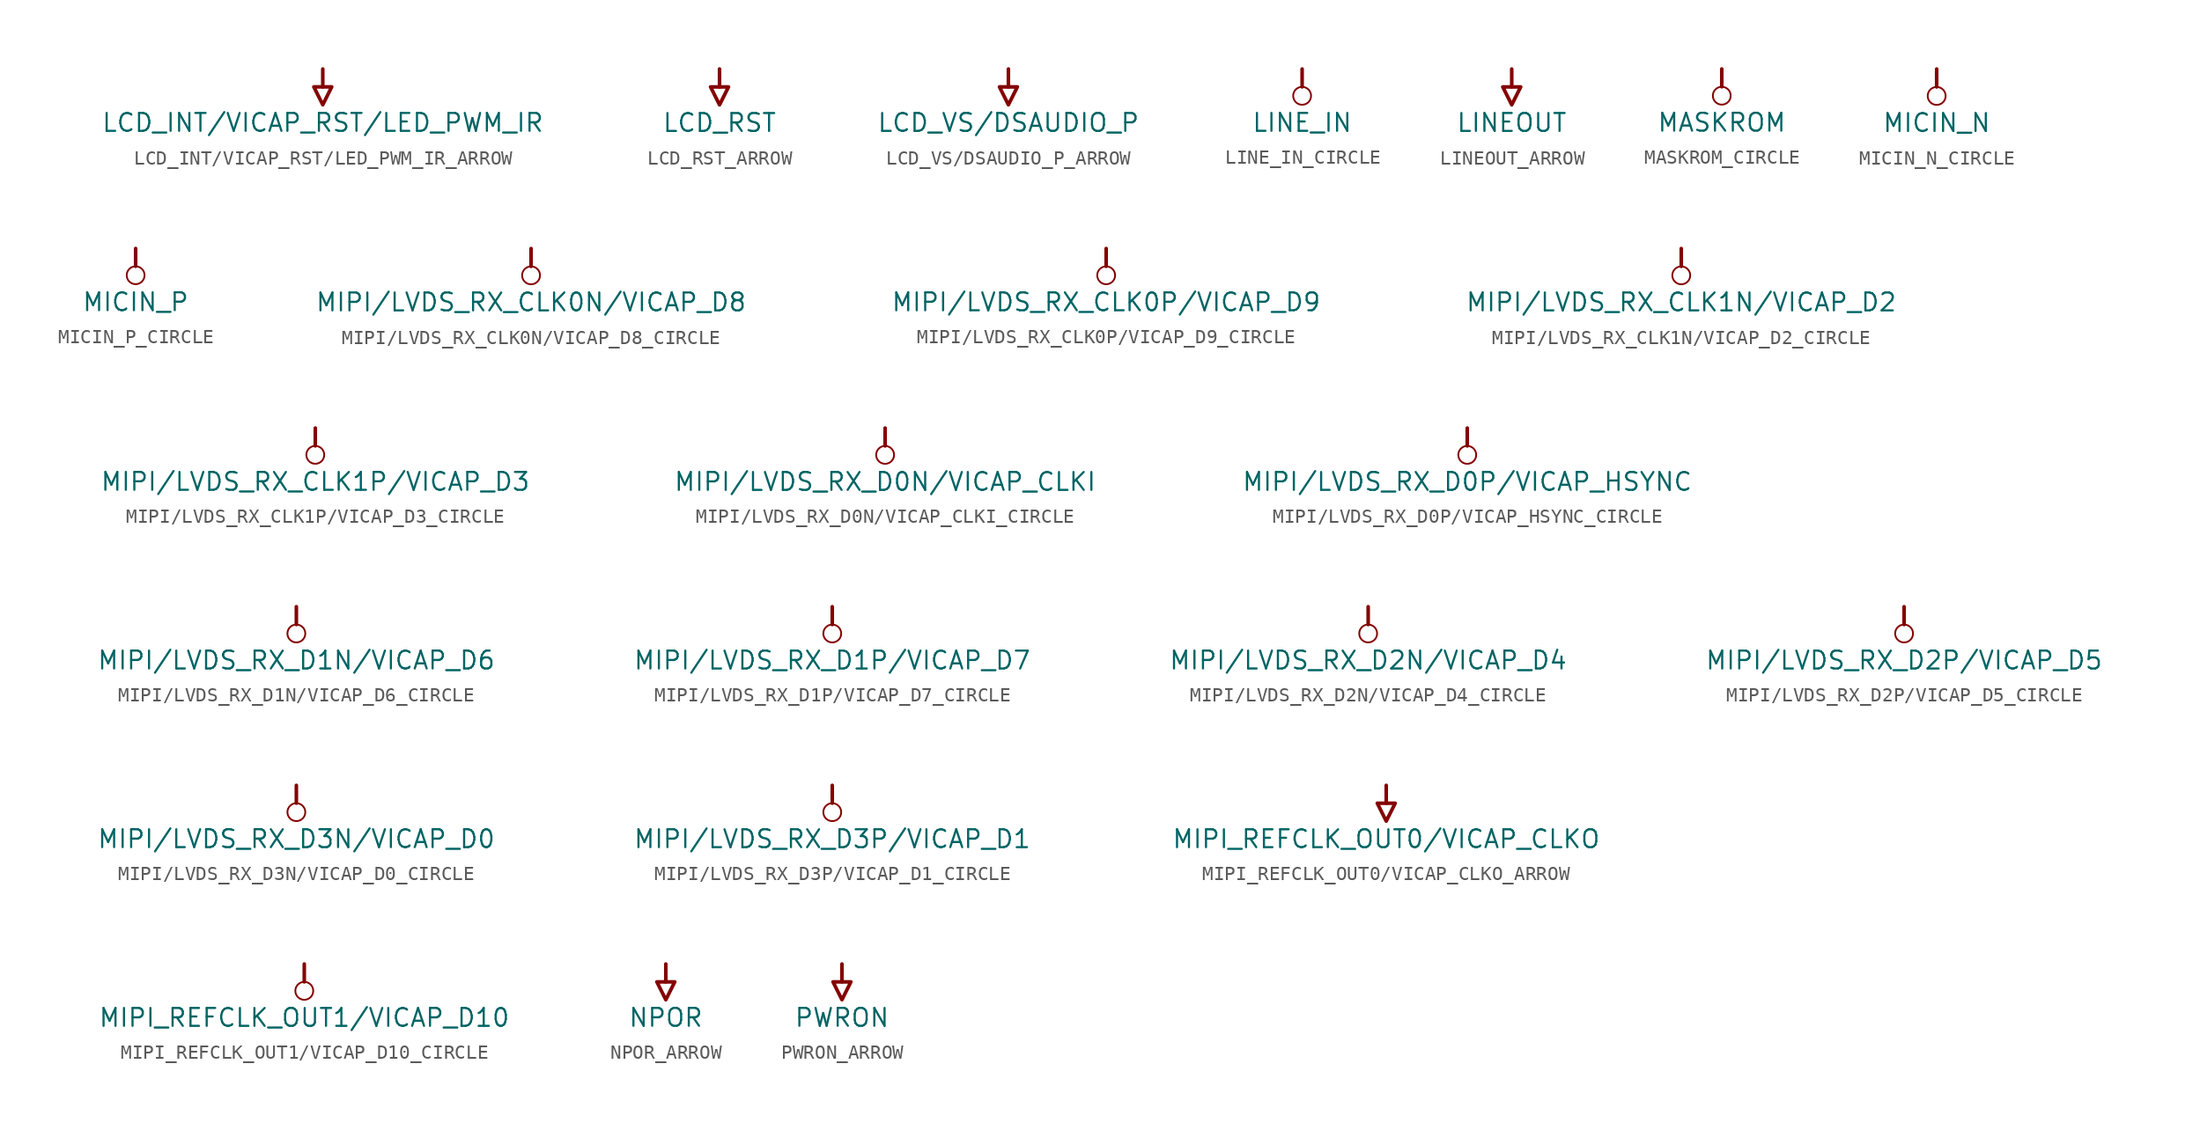
<source format=kicad_sym>
(kicad_symbol_lib
  (version 20241209)
  (generator "kicad_symbol_editor")
  (generator_version "9.0")
  (symbol "LCD_INT/VICAP_RST/LED_PWM_IR_ARROW"
    (power)
    (property "Reference" "#PWR"
      (at 0 0 0)
      (effects (font (size 1.27 1.27)) (hide yes)))
    (property "Value" "LCD_INT/VICAP_RST/LED_PWM_IR"
      (at 0 -3.81 0)
      (effects (font (size 1.27 1.27))))
    (symbol "LCD_INT/VICAP_RST/LED_PWM_IR_ARROW_0_0"
      (polyline (pts (xy -0.635 -1.27) (xy 0.635 -1.27) (xy 0 -2.54) (xy -0.635 -1.27)) (stroke (width 0.254) (type solid)) (fill (type none)))
      (polyline (pts (xy 0 0) (xy 0 -1.27)) (stroke (width 0.254) (type solid)) (fill (type none)))
      (pin power_in line (at 0 0 0) (length 0) (hide yes) (name "LCD_INT/VICAP_RST/LED_PWM_IR" (effects (font (size 1.27 1.27)))) (number "" (effects (font (size 1.27 1.27)))))))
  (symbol "LCD_RST_ARROW"
    (power)
    (property "Reference" "#PWR"
      (at 0 0 0)
      (effects (font (size 1.27 1.27)) (hide yes)))
    (property "Value" "LCD_RST"
      (at 0 -3.81 0)
      (effects (font (size 1.27 1.27))))
    (symbol "LCD_RST_ARROW_0_0"
      (polyline (pts (xy -0.635 -1.27) (xy 0.635 -1.27) (xy 0 -2.54) (xy -0.635 -1.27)) (stroke (width 0.254) (type solid)) (fill (type none)))
      (polyline (pts (xy 0 0) (xy 0 -1.27)) (stroke (width 0.254) (type solid)) (fill (type none)))
      (pin power_in line (at 0 0 0) (length 0) (hide yes) (name "LCD_RST" (effects (font (size 1.27 1.27)))) (number "" (effects (font (size 1.27 1.27)))))))
  (symbol "LCD_VS/DSAUDIO_P_ARROW"
    (power)
    (property "Reference" "#PWR"
      (at 0 0 0)
      (effects (font (size 1.27 1.27)) (hide yes)))
    (property "Value" "LCD_VS/DSAUDIO_P"
      (at 0 -3.81 0)
      (effects (font (size 1.27 1.27))))
    (symbol "LCD_VS/DSAUDIO_P_ARROW_0_0"
      (polyline (pts (xy -0.635 -1.27) (xy 0.635 -1.27) (xy 0 -2.54) (xy -0.635 -1.27)) (stroke (width 0.254) (type solid)) (fill (type none)))
      (polyline (pts (xy 0 0) (xy 0 -1.27)) (stroke (width 0.254) (type solid)) (fill (type none)))
      (pin power_in line (at 0 0 0) (length 0) (hide yes) (name "LCD_VS/DSAUDIO_P" (effects (font (size 1.27 1.27)))) (number "" (effects (font (size 1.27 1.27)))))))
  (symbol "LINE_IN_CIRCLE"
    (power)
    (property "Reference" "#PWR"
      (at 0 0 0)
      (effects (font (size 1.27 1.27)) (hide yes)))
    (property "Value" "LINE_IN"
      (at 0 -3.81 0)
      (effects (font (size 1.27 1.27))))
    (symbol "LINE_IN_CIRCLE_0_0"
      (polyline (pts (xy 0 0) (xy 0 -1.27)) (stroke (width 0.254) (type solid)) (fill (type none)))
      (circle (center 0 -1.905) (radius 0.635) (stroke (width 0.127) (type solid)) (fill (type none)))
      (pin power_in line (at 0 0 0) (length 0) (hide yes) (name "LINE_IN" (effects (font (size 1.27 1.27)))) (number "" (effects (font (size 1.27 1.27)))))))
  (symbol "LINEOUT_ARROW"
    (power)
    (property "Reference" "#PWR"
      (at 0 0 0)
      (effects (font (size 1.27 1.27)) (hide yes)))
    (property "Value" "LINEOUT"
      (at 0 -3.81 0)
      (effects (font (size 1.27 1.27))))
    (symbol "LINEOUT_ARROW_0_0"
      (polyline (pts (xy -0.635 -1.27) (xy 0.635 -1.27) (xy 0 -2.54) (xy -0.635 -1.27)) (stroke (width 0.254) (type solid)) (fill (type none)))
      (polyline (pts (xy 0 0) (xy 0 -1.27)) (stroke (width 0.254) (type solid)) (fill (type none)))
      (pin power_in line (at 0 0 0) (length 0) (hide yes) (name "LINEOUT" (effects (font (size 1.27 1.27)))) (number "" (effects (font (size 1.27 1.27)))))))
  (symbol "MASKROM_CIRCLE"
    (power)
    (property "Reference" "#PWR"
      (at 0 0 0)
      (effects (font (size 1.27 1.27)) (hide yes)))
    (property "Value" "MASKROM"
      (at 0 -3.81 0)
      (effects (font (size 1.27 1.27))))
    (symbol "MASKROM_CIRCLE_0_0"
      (polyline (pts (xy 0 0) (xy 0 -1.27)) (stroke (width 0.254) (type solid)) (fill (type none)))
      (circle (center 0 -1.905) (radius 0.635) (stroke (width 0.127) (type solid)) (fill (type none)))
      (pin power_in line (at 0 0 0) (length 0) (hide yes) (name "MASKROM" (effects (font (size 1.27 1.27)))) (number "" (effects (font (size 1.27 1.27)))))))
  (symbol "MICIN_N_CIRCLE"
    (power)
    (property "Reference" "#PWR"
      (at 0 0 0)
      (effects (font (size 1.27 1.27)) (hide yes)))
    (property "Value" "MICIN_N"
      (at 0 -3.81 0)
      (effects (font (size 1.27 1.27))))
    (symbol "MICIN_N_CIRCLE_0_0"
      (polyline (pts (xy 0 0) (xy 0 -1.27)) (stroke (width 0.254) (type solid)) (fill (type none)))
      (circle (center 0 -1.905) (radius 0.635) (stroke (width 0.127) (type solid)) (fill (type none)))
      (pin power_in line (at 0 0 0) (length 0) (hide yes) (name "MICIN_N" (effects (font (size 1.27 1.27)))) (number "" (effects (font (size 1.27 1.27)))))))
  (symbol "MICIN_P_CIRCLE"
    (power)
    (property "Reference" "#PWR"
      (at 0 0 0)
      (effects (font (size 1.27 1.27)) (hide yes)))
    (property "Value" "MICIN_P"
      (at 0 -3.81 0)
      (effects (font (size 1.27 1.27))))
    (symbol "MICIN_P_CIRCLE_0_0"
      (polyline (pts (xy 0 0) (xy 0 -1.27)) (stroke (width 0.254) (type solid)) (fill (type none)))
      (circle (center 0 -1.905) (radius 0.635) (stroke (width 0.127) (type solid)) (fill (type none)))
      (pin power_in line (at 0 0 0) (length 0) (hide yes) (name "MICIN_P" (effects (font (size 1.27 1.27)))) (number "" (effects (font (size 1.27 1.27)))))))
  (symbol "MIPI/LVDS_RX_CLK0N/VICAP_D8_CIRCLE"
    (power)
    (property "Reference" "#PWR"
      (at 0 0 0)
      (effects (font (size 1.27 1.27)) (hide yes)))
    (property "Value" "MIPI/LVDS_RX_CLK0N/VICAP_D8"
      (at 0 -3.81 0)
      (effects (font (size 1.27 1.27))))
    (symbol "MIPI/LVDS_RX_CLK0N/VICAP_D8_CIRCLE_0_0"
      (polyline (pts (xy 0 0) (xy 0 -1.27)) (stroke (width 0.254) (type solid)) (fill (type none)))
      (circle (center 0 -1.905) (radius 0.635) (stroke (width 0.127) (type solid)) (fill (type none)))
      (pin power_in line (at 0 0 0) (length 0) (hide yes) (name "MIPI/LVDS_RX_CLK0N/VICAP_D8" (effects (font (size 1.27 1.27)))) (number "" (effects (font (size 1.27 1.27)))))))
  (symbol "MIPI/LVDS_RX_CLK0P/VICAP_D9_CIRCLE"
    (power)
    (property "Reference" "#PWR"
      (at 0 0 0)
      (effects (font (size 1.27 1.27)) (hide yes)))
    (property "Value" "MIPI/LVDS_RX_CLK0P/VICAP_D9"
      (at 0 -3.81 0)
      (effects (font (size 1.27 1.27))))
    (symbol "MIPI/LVDS_RX_CLK0P/VICAP_D9_CIRCLE_0_0"
      (polyline (pts (xy 0 0) (xy 0 -1.27)) (stroke (width 0.254) (type solid)) (fill (type none)))
      (circle (center 0 -1.905) (radius 0.635) (stroke (width 0.127) (type solid)) (fill (type none)))
      (pin power_in line (at 0 0 0) (length 0) (hide yes) (name "MIPI/LVDS_RX_CLK0P/VICAP_D9" (effects (font (size 1.27 1.27)))) (number "" (effects (font (size 1.27 1.27)))))))
  (symbol "MIPI/LVDS_RX_CLK1N/VICAP_D2_CIRCLE"
    (power)
    (property "Reference" "#PWR"
      (at 0 0 0)
      (effects (font (size 1.27 1.27)) (hide yes)))
    (property "Value" "MIPI/LVDS_RX_CLK1N/VICAP_D2"
      (at 0 -3.81 0)
      (effects (font (size 1.27 1.27))))
    (symbol "MIPI/LVDS_RX_CLK1N/VICAP_D2_CIRCLE_0_0"
      (polyline (pts (xy 0 0) (xy 0 -1.27)) (stroke (width 0.254) (type solid)) (fill (type none)))
      (circle (center 0 -1.905) (radius 0.635) (stroke (width 0.127) (type solid)) (fill (type none)))
      (pin power_in line (at 0 0 0) (length 0) (hide yes) (name "MIPI/LVDS_RX_CLK1N/VICAP_D2" (effects (font (size 1.27 1.27)))) (number "" (effects (font (size 1.27 1.27)))))))
  (symbol "MIPI/LVDS_RX_CLK1P/VICAP_D3_CIRCLE"
    (power)
    (property "Reference" "#PWR"
      (at 0 0 0)
      (effects (font (size 1.27 1.27)) (hide yes)))
    (property "Value" "MIPI/LVDS_RX_CLK1P/VICAP_D3"
      (at 0 -3.81 0)
      (effects (font (size 1.27 1.27))))
    (symbol "MIPI/LVDS_RX_CLK1P/VICAP_D3_CIRCLE_0_0"
      (polyline (pts (xy 0 0) (xy 0 -1.27)) (stroke (width 0.254) (type solid)) (fill (type none)))
      (circle (center 0 -1.905) (radius 0.635) (stroke (width 0.127) (type solid)) (fill (type none)))
      (pin power_in line (at 0 0 0) (length 0) (hide yes) (name "MIPI/LVDS_RX_CLK1P/VICAP_D3" (effects (font (size 1.27 1.27)))) (number "" (effects (font (size 1.27 1.27)))))))
  (symbol "MIPI/LVDS_RX_D0N/VICAP_CLKI_CIRCLE"
    (power)
    (property "Reference" "#PWR"
      (at 0 0 0)
      (effects (font (size 1.27 1.27)) (hide yes)))
    (property "Value" "MIPI/LVDS_RX_D0N/VICAP_CLKI"
      (at 0 -3.81 0)
      (effects (font (size 1.27 1.27))))
    (symbol "MIPI/LVDS_RX_D0N/VICAP_CLKI_CIRCLE_0_0"
      (polyline (pts (xy 0 0) (xy 0 -1.27)) (stroke (width 0.254) (type solid)) (fill (type none)))
      (circle (center 0 -1.905) (radius 0.635) (stroke (width 0.127) (type solid)) (fill (type none)))
      (pin power_in line (at 0 0 0) (length 0) (hide yes) (name "MIPI/LVDS_RX_D0N/VICAP_CLKI" (effects (font (size 1.27 1.27)))) (number "" (effects (font (size 1.27 1.27)))))))
  (symbol "MIPI/LVDS_RX_D0P/VICAP_HSYNC_CIRCLE"
    (power)
    (property "Reference" "#PWR"
      (at 0 0 0)
      (effects (font (size 1.27 1.27)) (hide yes)))
    (property "Value" "MIPI/LVDS_RX_D0P/VICAP_HSYNC"
      (at 0 -3.81 0)
      (effects (font (size 1.27 1.27))))
    (symbol "MIPI/LVDS_RX_D0P/VICAP_HSYNC_CIRCLE_0_0"
      (polyline (pts (xy 0 0) (xy 0 -1.27)) (stroke (width 0.254) (type solid)) (fill (type none)))
      (circle (center 0 -1.905) (radius 0.635) (stroke (width 0.127) (type solid)) (fill (type none)))
      (pin power_in line (at 0 0 0) (length 0) (hide yes) (name "MIPI/LVDS_RX_D0P/VICAP_HSYNC" (effects (font (size 1.27 1.27)))) (number "" (effects (font (size 1.27 1.27)))))))
  (symbol "MIPI/LVDS_RX_D1N/VICAP_D6_CIRCLE"
    (power)
    (property "Reference" "#PWR"
      (at 0 0 0)
      (effects (font (size 1.27 1.27)) (hide yes)))
    (property "Value" "MIPI/LVDS_RX_D1N/VICAP_D6"
      (at 0 -3.81 0)
      (effects (font (size 1.27 1.27))))
    (symbol "MIPI/LVDS_RX_D1N/VICAP_D6_CIRCLE_0_0"
      (polyline (pts (xy 0 0) (xy 0 -1.27)) (stroke (width 0.254) (type solid)) (fill (type none)))
      (circle (center 0 -1.905) (radius 0.635) (stroke (width 0.127) (type solid)) (fill (type none)))
      (pin power_in line (at 0 0 0) (length 0) (hide yes) (name "MIPI/LVDS_RX_D1N/VICAP_D6" (effects (font (size 1.27 1.27)))) (number "" (effects (font (size 1.27 1.27)))))))
  (symbol "MIPI/LVDS_RX_D1P/VICAP_D7_CIRCLE"
    (power)
    (property "Reference" "#PWR"
      (at 0 0 0)
      (effects (font (size 1.27 1.27)) (hide yes)))
    (property "Value" "MIPI/LVDS_RX_D1P/VICAP_D7"
      (at 0 -3.81 0)
      (effects (font (size 1.27 1.27))))
    (symbol "MIPI/LVDS_RX_D1P/VICAP_D7_CIRCLE_0_0"
      (polyline (pts (xy 0 0) (xy 0 -1.27)) (stroke (width 0.254) (type solid)) (fill (type none)))
      (circle (center 0 -1.905) (radius 0.635) (stroke (width 0.127) (type solid)) (fill (type none)))
      (pin power_in line (at 0 0 0) (length 0) (hide yes) (name "MIPI/LVDS_RX_D1P/VICAP_D7" (effects (font (size 1.27 1.27)))) (number "" (effects (font (size 1.27 1.27)))))))
  (symbol "MIPI/LVDS_RX_D2N/VICAP_D4_CIRCLE"
    (power)
    (property "Reference" "#PWR"
      (at 0 0 0)
      (effects (font (size 1.27 1.27)) (hide yes)))
    (property "Value" "MIPI/LVDS_RX_D2N/VICAP_D4"
      (at 0 -3.81 0)
      (effects (font (size 1.27 1.27))))
    (symbol "MIPI/LVDS_RX_D2N/VICAP_D4_CIRCLE_0_0"
      (polyline (pts (xy 0 0) (xy 0 -1.27)) (stroke (width 0.254) (type solid)) (fill (type none)))
      (circle (center 0 -1.905) (radius 0.635) (stroke (width 0.127) (type solid)) (fill (type none)))
      (pin power_in line (at 0 0 0) (length 0) (hide yes) (name "MIPI/LVDS_RX_D2N/VICAP_D4" (effects (font (size 1.27 1.27)))) (number "" (effects (font (size 1.27 1.27)))))))
  (symbol "MIPI/LVDS_RX_D2P/VICAP_D5_CIRCLE"
    (power)
    (property "Reference" "#PWR"
      (at 0 0 0)
      (effects (font (size 1.27 1.27)) (hide yes)))
    (property "Value" "MIPI/LVDS_RX_D2P/VICAP_D5"
      (at 0 -3.81 0)
      (effects (font (size 1.27 1.27))))
    (symbol "MIPI/LVDS_RX_D2P/VICAP_D5_CIRCLE_0_0"
      (polyline (pts (xy 0 0) (xy 0 -1.27)) (stroke (width 0.254) (type solid)) (fill (type none)))
      (circle (center 0 -1.905) (radius 0.635) (stroke (width 0.127) (type solid)) (fill (type none)))
      (pin power_in line (at 0 0 0) (length 0) (hide yes) (name "MIPI/LVDS_RX_D2P/VICAP_D5" (effects (font (size 1.27 1.27)))) (number "" (effects (font (size 1.27 1.27)))))))
  (symbol "MIPI/LVDS_RX_D3N/VICAP_D0_CIRCLE"
    (power)
    (property "Reference" "#PWR"
      (at 0 0 0)
      (effects (font (size 1.27 1.27)) (hide yes)))
    (property "Value" "MIPI/LVDS_RX_D3N/VICAP_D0"
      (at 0 -3.81 0)
      (effects (font (size 1.27 1.27))))
    (symbol "MIPI/LVDS_RX_D3N/VICAP_D0_CIRCLE_0_0"
      (polyline (pts (xy 0 0) (xy 0 -1.27)) (stroke (width 0.254) (type solid)) (fill (type none)))
      (circle (center 0 -1.905) (radius 0.635) (stroke (width 0.127) (type solid)) (fill (type none)))
      (pin power_in line (at 0 0 0) (length 0) (hide yes) (name "MIPI/LVDS_RX_D3N/VICAP_D0" (effects (font (size 1.27 1.27)))) (number "" (effects (font (size 1.27 1.27)))))))
  (symbol "MIPI/LVDS_RX_D3P/VICAP_D1_CIRCLE"
    (power)
    (property "Reference" "#PWR"
      (at 0 0 0)
      (effects (font (size 1.27 1.27)) (hide yes)))
    (property "Value" "MIPI/LVDS_RX_D3P/VICAP_D1"
      (at 0 -3.81 0)
      (effects (font (size 1.27 1.27))))
    (symbol "MIPI/LVDS_RX_D3P/VICAP_D1_CIRCLE_0_0"
      (polyline (pts (xy 0 0) (xy 0 -1.27)) (stroke (width 0.254) (type solid)) (fill (type none)))
      (circle (center 0 -1.905) (radius 0.635) (stroke (width 0.127) (type solid)) (fill (type none)))
      (pin power_in line (at 0 0 0) (length 0) (hide yes) (name "MIPI/LVDS_RX_D3P/VICAP_D1" (effects (font (size 1.27 1.27)))) (number "" (effects (font (size 1.27 1.27)))))))
  (symbol "MIPI_REFCLK_OUT0/VICAP_CLKO_ARROW"
    (power)
    (property "Reference" "#PWR"
      (at 0 0 0)
      (effects (font (size 1.27 1.27)) (hide yes)))
    (property "Value" "MIPI_REFCLK_OUT0/VICAP_CLKO"
      (at 0 -3.81 0)
      (effects (font (size 1.27 1.27))))
    (symbol "MIPI_REFCLK_OUT0/VICAP_CLKO_ARROW_0_0"
      (polyline (pts (xy -0.635 -1.27) (xy 0.635 -1.27) (xy 0 -2.54) (xy -0.635 -1.27)) (stroke (width 0.254) (type solid)) (fill (type none)))
      (polyline (pts (xy 0 0) (xy 0 -1.27)) (stroke (width 0.254) (type solid)) (fill (type none)))
      (pin power_in line (at 0 0 0) (length 0) (hide yes) (name "MIPI_REFCLK_OUT0/VICAP_CLKO" (effects (font (size 1.27 1.27)))) (number "" (effects (font (size 1.27 1.27)))))))
  (symbol "MIPI_REFCLK_OUT1/VICAP_D10_CIRCLE"
    (power)
    (property "Reference" "#PWR"
      (at 0 0 0)
      (effects (font (size 1.27 1.27)) (hide yes)))
    (property "Value" "MIPI_REFCLK_OUT1/VICAP_D10"
      (at 0 -3.81 0)
      (effects (font (size 1.27 1.27))))
    (symbol "MIPI_REFCLK_OUT1/VICAP_D10_CIRCLE_0_0"
      (polyline (pts (xy 0 0) (xy 0 -1.27)) (stroke (width 0.254) (type solid)) (fill (type none)))
      (circle (center 0 -1.905) (radius 0.635) (stroke (width 0.127) (type solid)) (fill (type none)))
      (pin power_in line (at 0 0 0) (length 0) (hide yes) (name "MIPI_REFCLK_OUT1/VICAP_D10" (effects (font (size 1.27 1.27)))) (number "" (effects (font (size 1.27 1.27)))))))
  (symbol "NPOR_ARROW"
    (power)
    (property "Reference" "#PWR"
      (at 0 0 0)
      (effects (font (size 1.27 1.27)) (hide yes)))
    (property "Value" "NPOR"
      (at 0 -3.81 0)
      (effects (font (size 1.27 1.27))))
    (symbol "NPOR_ARROW_0_0"
      (polyline (pts (xy -0.635 -1.27) (xy 0.635 -1.27) (xy 0 -2.54) (xy -0.635 -1.27)) (stroke (width 0.254) (type solid)) (fill (type none)))
      (polyline (pts (xy 0 0) (xy 0 -1.27)) (stroke (width 0.254) (type solid)) (fill (type none)))
      (pin power_in line (at 0 0 0) (length 0) (hide yes) (name "NPOR" (effects (font (size 1.27 1.27)))) (number "" (effects (font (size 1.27 1.27)))))))
  (symbol "PWRON_ARROW"
    (power)
    (property "Reference" "#PWR"
      (at 0 0 0)
      (effects (font (size 1.27 1.27)) (hide yes)))
    (property "Value" "PWRON"
      (at 0 -3.81 0)
      (effects (font (size 1.27 1.27))))
    (symbol "PWRON_ARROW_0_0"
      (polyline (pts (xy -0.635 -1.27) (xy 0.635 -1.27) (xy 0 -2.54) (xy -0.635 -1.27)) (stroke (width 0.254) (type solid)) (fill (type none)))
      (polyline (pts (xy 0 0) (xy 0 -1.27)) (stroke (width 0.254) (type solid)) (fill (type none)))
      (pin power_in line (at 0 0 0) (length 0) (hide yes) (name "PWRON" (effects (font (size 1.27 1.27)))) (number "" (effects (font (size 1.27 1.27))))))))
</source>
